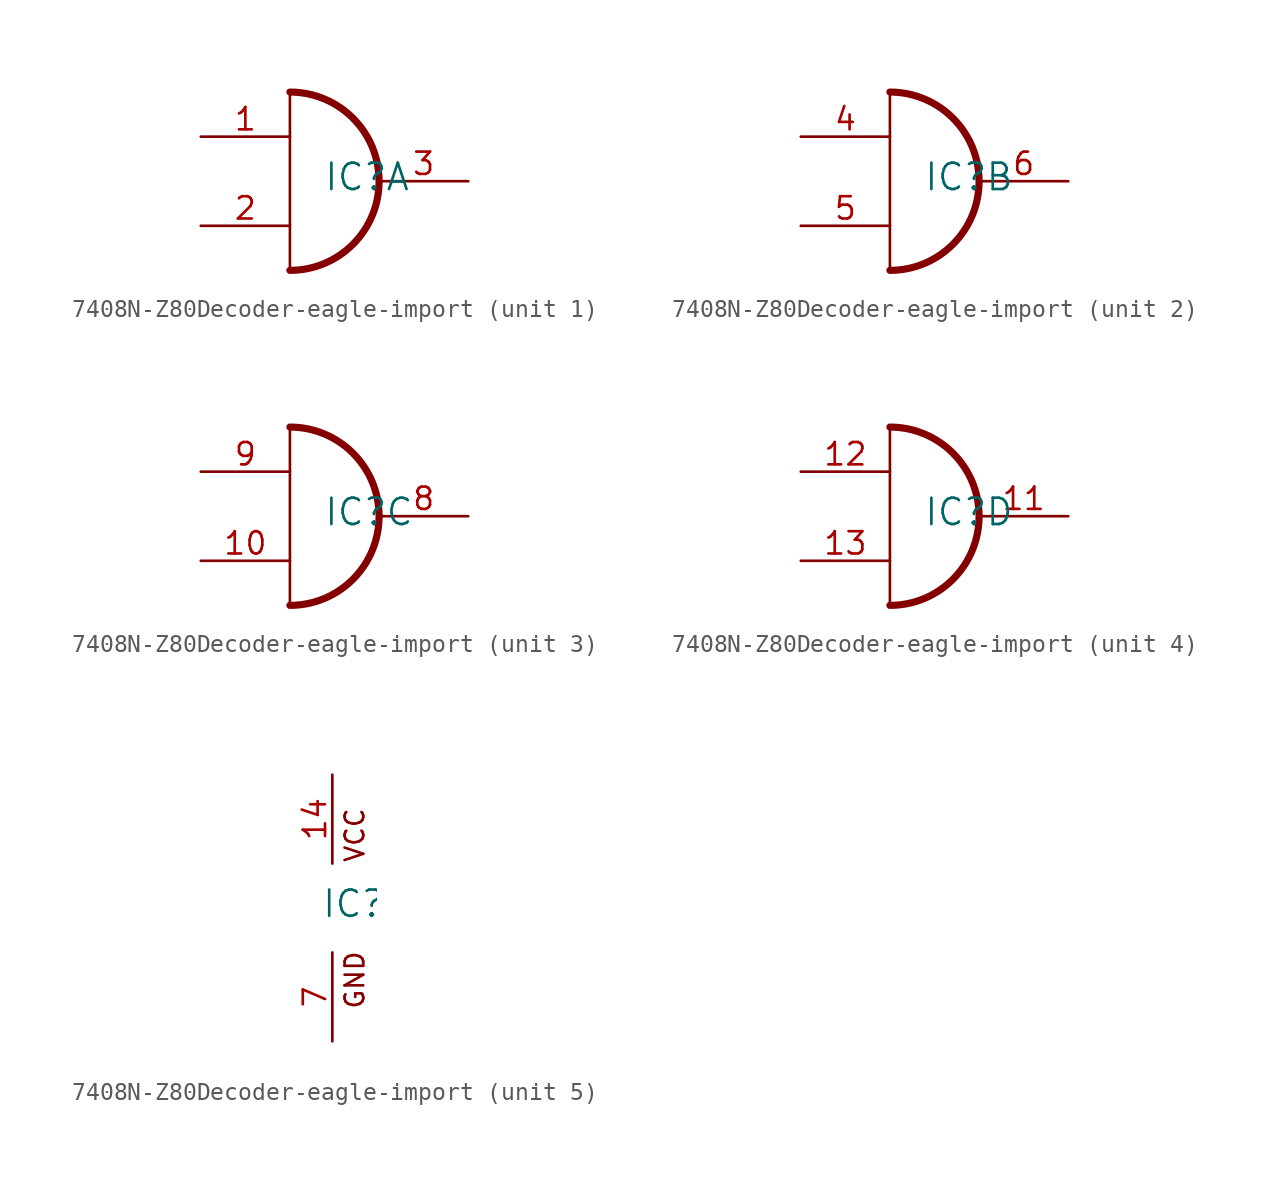
<source format=kicad_sym>
(kicad_symbol_lib
  (version 20220914)
  (generator kicad_symbol_editor)
  (symbol "7408N-Z80Decoder-eagle-import"
    (pin_names
      (offset 1.016))
    (property "Reference" "IC"
      (at -0.635 -0.635 0)
      (effects (font (size 1.499 1.499)) (justify left bottom)))
    (property "ki_locked" ""
      (at 0 0 0)
      (effects (font (size 1.27 1.27))))
    (symbol "7408N-Z80Decoder-eagle-import_1_0"
      (arc (start -2.54 -5.08) (mid 2.5179 0) (end -2.54 5.08) (stroke (width 0.4064) (type solid)) (fill (type none)))
      (polyline (pts (xy -2.54 5.08) (xy -2.54 -5.08)) (stroke (width 0) (type solid)) (fill (type none)))
      (pin input line (at -7.62 2.54 0) (length 5.08) (name "I0" (effects (font (size 0 0)))) (number "1" (effects (font (size 1.27 1.27)))))
      (pin input line (at -7.62 -2.54 0) (length 5.08) (name "I1" (effects (font (size 0 0)))) (number "2" (effects (font (size 1.27 1.27)))))
      (pin output line (at 7.62 0 180) (length 5.08) (name "O" (effects (font (size 0 0)))) (number "3" (effects (font (size 1.27 1.27))))))
    (symbol "7408N-Z80Decoder-eagle-import_2_0"
      (arc (start -2.54 -5.08) (mid 2.5179 0) (end -2.54 5.08) (stroke (width 0.4064) (type solid)) (fill (type none)))
      (polyline (pts (xy -2.54 5.08) (xy -2.54 -5.08)) (stroke (width 0) (type solid)) (fill (type none)))
      (pin input line (at -7.62 2.54 0) (length 5.08) (name "I0" (effects (font (size 0 0)))) (number "4" (effects (font (size 1.27 1.27)))))
      (pin input line (at -7.62 -2.54 0) (length 5.08) (name "I1" (effects (font (size 0 0)))) (number "5" (effects (font (size 1.27 1.27)))))
      (pin output line (at 7.62 0 180) (length 5.08) (name "O" (effects (font (size 0 0)))) (number "6" (effects (font (size 1.27 1.27))))))
    (symbol "7408N-Z80Decoder-eagle-import_3_0"
      (arc (start -2.54 -5.08) (mid 2.5179 0) (end -2.54 5.08) (stroke (width 0.4064) (type solid)) (fill (type none)))
      (polyline (pts (xy -2.54 5.08) (xy -2.54 -5.08)) (stroke (width 0) (type solid)) (fill (type none)))
      (pin input line (at -7.62 -2.54 0) (length 5.08) (name "I1" (effects (font (size 0 0)))) (number "10" (effects (font (size 1.27 1.27)))))
      (pin output line (at 7.62 0 180) (length 5.08) (name "O" (effects (font (size 0 0)))) (number "8" (effects (font (size 1.27 1.27)))))
      (pin input line (at -7.62 2.54 0) (length 5.08) (name "I0" (effects (font (size 0 0)))) (number "9" (effects (font (size 1.27 1.27))))))
    (symbol "7408N-Z80Decoder-eagle-import_4_0"
      (arc (start -2.54 -5.08) (mid 2.5179 0) (end -2.54 5.08) (stroke (width 0.4064) (type solid)) (fill (type none)))
      (polyline (pts (xy -2.54 5.08) (xy -2.54 -5.08)) (stroke (width 0) (type solid)) (fill (type none)))
      (pin output line (at 7.62 0 180) (length 5.08) (name "O" (effects (font (size 0 0)))) (number "11" (effects (font (size 1.27 1.27)))))
      (pin input line (at -7.62 2.54 0) (length 5.08) (name "I0" (effects (font (size 0 0)))) (number "12" (effects (font (size 1.27 1.27)))))
      (pin input line (at -7.62 -2.54 0) (length 5.08) (name "I1" (effects (font (size 0 0)))) (number "13" (effects (font (size 1.27 1.27))))))
    (symbol "7408N-Z80Decoder-eagle-import_5_0"
      (text "GND" (at 1.905 -5.842 900) (effects (font (size 1.067 1.067)) (justify left bottom)))
      (text "VCC" (at 1.905 2.54 900) (effects (font (size 1.067 1.067)) (justify left bottom)))
      (pin power_in line (at 0 7.62 270) (length 5.08) (name "VCC" (effects (font (size 0 0)))) (number "14" (effects (font (size 1.27 1.27)))))
      (pin power_in line (at 0 -7.62 90) (length 5.08) (name "GND" (effects (font (size 0 0)))) (number "7" (effects (font (size 1.27 1.27))))))))
</source>
